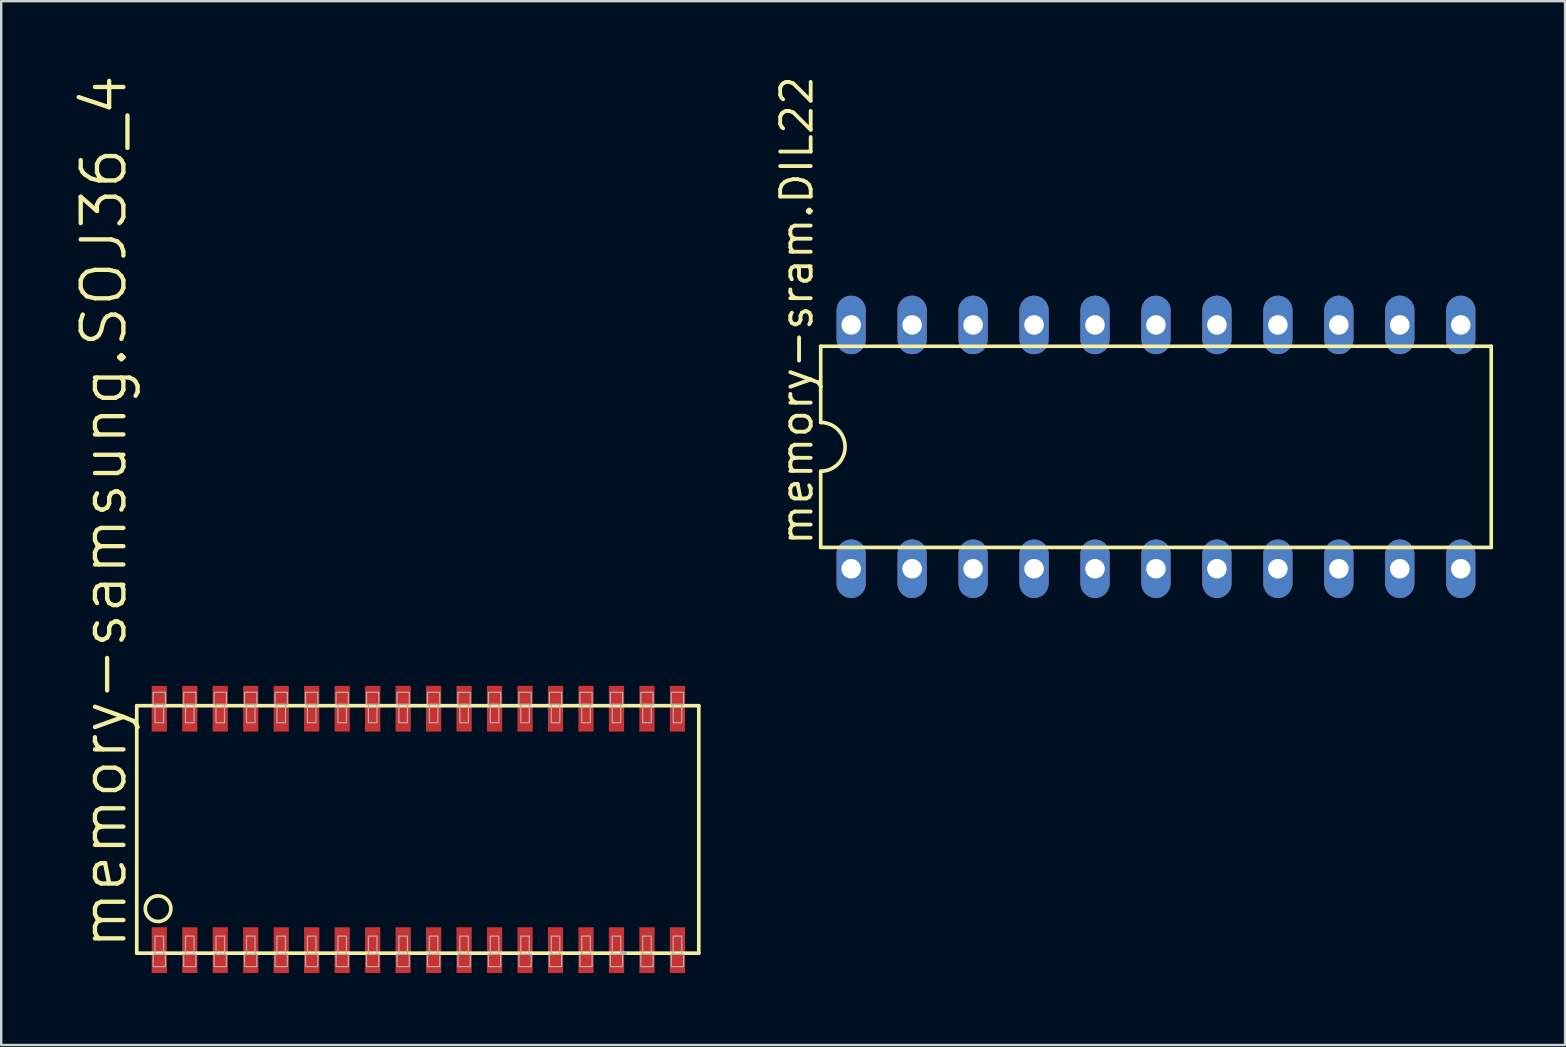
<source format=kicad_pcb>
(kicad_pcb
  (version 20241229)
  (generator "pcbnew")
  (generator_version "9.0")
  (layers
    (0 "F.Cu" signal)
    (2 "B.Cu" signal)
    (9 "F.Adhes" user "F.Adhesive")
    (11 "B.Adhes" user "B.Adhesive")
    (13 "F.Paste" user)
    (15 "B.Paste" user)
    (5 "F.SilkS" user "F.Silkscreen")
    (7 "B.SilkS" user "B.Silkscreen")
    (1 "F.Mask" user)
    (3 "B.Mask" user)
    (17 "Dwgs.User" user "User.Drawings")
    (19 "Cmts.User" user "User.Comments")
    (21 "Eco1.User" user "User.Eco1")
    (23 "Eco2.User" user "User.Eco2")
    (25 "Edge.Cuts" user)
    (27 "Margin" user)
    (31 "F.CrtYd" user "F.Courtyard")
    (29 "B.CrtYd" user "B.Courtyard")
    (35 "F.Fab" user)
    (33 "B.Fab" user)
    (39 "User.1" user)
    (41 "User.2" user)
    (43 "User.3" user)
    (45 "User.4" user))
  (footprint "memory-sram.DIL22"
    (layer "F.Cu")
    (at 45.117 15.569)
    (property "Reference" "memory-sram.DIL22" (at -14.224 4.191 90) (layer "F.SilkS") (effects (font (size 1.27 1.27) (thickness 0.16)) (justify left bottom)))
    (attr through_hole)
    (fp_line (start -13.97 -4.191) (end -13.97 -1.016) (stroke (width 0.152) (type default)) (layer "F.SilkS"))
    (fp_line (start -13.97 4.191) (end -13.97 1.016) (stroke (width 0.152) (type default)) (layer "F.SilkS"))
    (fp_line (start -13.97 4.191) (end 13.97 4.191) (stroke (width 0.152) (type default)) (layer "F.SilkS"))
    (fp_line (start 13.97 -4.191) (end -13.97 -4.191) (stroke (width 0.152) (type default)) (layer "F.SilkS"))
    (fp_line (start 13.97 -4.191) (end 13.97 4.191) (stroke (width 0.152) (type default)) (layer "F.SilkS"))
    (fp_arc (start -13.97 -1.016) (mid -12.954 0) (end -13.97 1.016) (stroke (width 0.1524) (type default)) (layer "F.SilkS"))
    (pad "1" thru_hole oval (at -12.7 5.08 90) (size 2.438 1.219) (drill 0.813) (layers "*.Cu" "*.Mask"))
    (pad "2" thru_hole oval (at -10.16 5.08 90) (size 2.438 1.219) (drill 0.813) (layers "*.Cu" "*.Mask"))
    (pad "3" thru_hole oval (at -7.62 5.08 90) (size 2.438 1.219) (drill 0.813) (layers "*.Cu" "*.Mask"))
    (pad "4" thru_hole oval (at -5.08 5.08 90) (size 2.438 1.219) (drill 0.813) (layers "*.Cu" "*.Mask"))
    (pad "5" thru_hole oval (at -2.54 5.08 90) (size 2.438 1.219) (drill 0.813) (layers "*.Cu" "*.Mask"))
    (pad "6" thru_hole oval (at 0 5.08 90) (size 2.438 1.219) (drill 0.813) (layers "*.Cu" "*.Mask"))
    (pad "7" thru_hole oval (at 2.54 5.08 90) (size 2.438 1.219) (drill 0.813) (layers "*.Cu" "*.Mask"))
    (pad "8" thru_hole oval (at 5.08 5.08 90) (size 2.438 1.219) (drill 0.813) (layers "*.Cu" "*.Mask"))
    (pad "9" thru_hole oval (at 7.62 5.08 90) (size 2.438 1.219) (drill 0.813) (layers "*.Cu" "*.Mask"))
    (pad "10" thru_hole oval (at 10.16 5.08 90) (size 2.438 1.219) (drill 0.813) (layers "*.Cu" "*.Mask"))
    (pad "11" thru_hole oval (at 12.7 5.08 90) (size 2.438 1.219) (drill 0.813) (layers "*.Cu" "*.Mask"))
    (pad "12" thru_hole oval (at 12.7 -5.08 90) (size 2.438 1.219) (drill 0.813) (layers "*.Cu" "*.Mask"))
    (pad "13" thru_hole oval (at 10.16 -5.08 90) (size 2.438 1.219) (drill 0.813) (layers "*.Cu" "*.Mask"))
    (pad "14" thru_hole oval (at 7.62 -5.08 90) (size 2.438 1.219) (drill 0.813) (layers "*.Cu" "*.Mask"))
    (pad "15" thru_hole oval (at 5.08 -5.08 90) (size 2.438 1.219) (drill 0.813) (layers "*.Cu" "*.Mask"))
    (pad "16" thru_hole oval (at 2.54 -5.08 90) (size 2.438 1.219) (drill 0.813) (layers "*.Cu" "*.Mask"))
    (pad "17" thru_hole oval (at 0 -5.08 90) (size 2.438 1.219) (drill 0.813) (layers "*.Cu" "*.Mask"))
    (pad "18" thru_hole oval (at -2.54 -5.08 90) (size 2.438 1.219) (drill 0.813) (layers "*.Cu" "*.Mask"))
    (pad "19" thru_hole oval (at -5.08 -5.08 90) (size 2.438 1.219) (drill 0.813) (layers "*.Cu" "*.Mask"))
    (pad "20" thru_hole oval (at -7.62 -5.08 90) (size 2.438 1.219) (drill 0.813) (layers "*.Cu" "*.Mask"))
    (pad "21" thru_hole oval (at -10.16 -5.08 90) (size 2.438 1.219) (drill 0.813) (layers "*.Cu" "*.Mask"))
    (pad "22" thru_hole oval (at -12.7 -5.08 90) (size 2.438 1.219) (drill 0.813) (layers "*.Cu" "*.Mask")))
  (footprint "memory-samsung.SOJ36_4"
    (layer "F.Cu")
    (at 13.748 31.511)
    (property "Reference" "memory-samsung.SOJ36_4" (at -11.43 5.08 90) (layer "F.SilkS") (effects (font (size 1.778 1.778) (thickness 0.18)) (justify left bottom)))
    (attr smd)
    (fp_line (start -11.1 -5.156) (end -11.1 5.156) (stroke (width 0.152) (type default)) (layer "F.SilkS"))
    (fp_line (start -11.1 -5.156) (end 12.319 -5.156) (stroke (width 0.152) (type default)) (layer "F.SilkS"))
    (fp_line (start -11.1 5.156) (end 12.319 5.156) (stroke (width 0.152) (type default)) (layer "F.SilkS"))
    (fp_line (start 12.319 5.156) (end 12.319 -5.156) (stroke (width 0.152) (type default)) (layer "F.SilkS"))
    (fp_circle (center -10.211 3.302) (end -9.677 3.302) (stroke (width 0.152) (type default)) (fill no) (layer "F.SilkS"))
    (fp_line (start 9.246 5.156) (end 9.169 5.156) (stroke (width 0.152) (type default)) (layer "F.Fab"))
    (fp_rect (start -10.414 -5.207) (end -9.906 -5.715) (stroke (width 0.05) (type default)) (fill no) (layer "F.Fab"))
    (fp_rect (start -10.414 5.715) (end -9.906 5.207) (stroke (width 0.05) (type default)) (fill no) (layer "F.Fab"))
    (fp_rect (start -10.338 -4.445) (end -9.982 -5.207) (stroke (width 0.05) (type default)) (fill no) (layer "F.Fab"))
    (fp_rect (start -10.338 5.207) (end -9.982 4.445) (stroke (width 0.05) (type default)) (fill no) (layer "F.Fab"))
    (fp_rect (start -9.144 -5.207) (end -8.636 -5.715) (stroke (width 0.05) (type default)) (fill no) (layer "F.Fab"))
    (fp_rect (start -9.144 5.715) (end -8.636 5.207) (stroke (width 0.05) (type default)) (fill no) (layer "F.Fab"))
    (fp_rect (start -9.068 -4.445) (end -8.712 -5.207) (stroke (width 0.05) (type default)) (fill no) (layer "F.Fab"))
    (fp_rect (start -9.068 5.207) (end -8.712 4.445) (stroke (width 0.05) (type default)) (fill no) (layer "F.Fab"))
    (fp_rect (start -7.874 -5.207) (end -7.366 -5.715) (stroke (width 0.05) (type default)) (fill no) (layer "F.Fab"))
    (fp_rect (start -7.874 5.715) (end -7.366 5.207) (stroke (width 0.05) (type default)) (fill no) (layer "F.Fab"))
    (fp_rect (start -7.798 -4.445) (end -7.442 -5.207) (stroke (width 0.05) (type default)) (fill no) (layer "F.Fab"))
    (fp_rect (start -7.798 5.207) (end -7.442 4.445) (stroke (width 0.05) (type default)) (fill no) (layer "F.Fab"))
    (fp_rect (start -6.604 -5.207) (end -6.096 -5.715) (stroke (width 0.05) (type default)) (fill no) (layer "F.Fab"))
    (fp_rect (start -6.604 5.715) (end -6.096 5.207) (stroke (width 0.05) (type default)) (fill no) (layer "F.Fab"))
    (fp_rect (start -6.528 -4.445) (end -6.172 -5.207) (stroke (width 0.05) (type default)) (fill no) (layer "F.Fab"))
    (fp_rect (start -6.528 5.207) (end -6.172 4.445) (stroke (width 0.05) (type default)) (fill no) (layer "F.Fab"))
    (fp_rect (start -5.334 -5.207) (end -4.826 -5.715) (stroke (width 0.05) (type default)) (fill no) (layer "F.Fab"))
    (fp_rect (start -5.334 5.715) (end -4.826 5.207) (stroke (width 0.05) (type default)) (fill no) (layer "F.Fab"))
    (fp_rect (start -5.258 -4.445) (end -4.902 -5.207) (stroke (width 0.05) (type default)) (fill no) (layer "F.Fab"))
    (fp_rect (start -5.258 5.207) (end -4.902 4.445) (stroke (width 0.05) (type default)) (fill no) (layer "F.Fab"))
    (fp_rect (start -4.064 -5.207) (end -3.556 -5.715) (stroke (width 0.05) (type default)) (fill no) (layer "F.Fab"))
    (fp_rect (start -4.064 5.715) (end -3.556 5.207) (stroke (width 0.05) (type default)) (fill no) (layer "F.Fab"))
    (fp_rect (start -3.988 -4.445) (end -3.632 -5.207) (stroke (width 0.05) (type default)) (fill no) (layer "F.Fab"))
    (fp_rect (start -3.988 5.207) (end -3.632 4.445) (stroke (width 0.05) (type default)) (fill no) (layer "F.Fab"))
    (fp_rect (start -2.794 -5.207) (end -2.286 -5.715) (stroke (width 0.05) (type default)) (fill no) (layer "F.Fab"))
    (fp_rect (start -2.794 5.715) (end -2.286 5.207) (stroke (width 0.05) (type default)) (fill no) (layer "F.Fab"))
    (fp_rect (start -2.718 -4.445) (end -2.362 -5.207) (stroke (width 0.05) (type default)) (fill no) (layer "F.Fab"))
    (fp_rect (start -2.718 5.207) (end -2.362 4.445) (stroke (width 0.05) (type default)) (fill no) (layer "F.Fab"))
    (fp_rect (start -1.524 -5.207) (end -1.016 -5.715) (stroke (width 0.05) (type default)) (fill no) (layer "F.Fab"))
    (fp_rect (start -1.524 5.715) (end -1.016 5.207) (stroke (width 0.05) (type default)) (fill no) (layer "F.Fab"))
    (fp_rect (start -1.448 -4.445) (end -1.092 -5.207) (stroke (width 0.05) (type default)) (fill no) (layer "F.Fab"))
    (fp_rect (start -1.448 5.207) (end -1.092 4.445) (stroke (width 0.05) (type default)) (fill no) (layer "F.Fab"))
    (fp_rect (start -0.254 -5.207) (end 0.254 -5.715) (stroke (width 0.05) (type default)) (fill no) (layer "F.Fab"))
    (fp_rect (start -0.254 5.715) (end 0.254 5.207) (stroke (width 0.05) (type default)) (fill no) (layer "F.Fab"))
    (fp_rect (start -0.178 -4.445) (end 0.178 -5.207) (stroke (width 0.05) (type default)) (fill no) (layer "F.Fab"))
    (fp_rect (start -0.178 5.207) (end 0.178 4.445) (stroke (width 0.05) (type default)) (fill no) (layer "F.Fab"))
    (fp_rect (start 1.016 -5.207) (end 1.524 -5.715) (stroke (width 0.05) (type default)) (fill no) (layer "F.Fab"))
    (fp_rect (start 1.016 5.715) (end 1.524 5.207) (stroke (width 0.05) (type default)) (fill no) (layer "F.Fab"))
    (fp_rect (start 1.092 -4.445) (end 1.448 -5.207) (stroke (width 0.05) (type default)) (fill no) (layer "F.Fab"))
    (fp_rect (start 1.092 5.207) (end 1.448 4.445) (stroke (width 0.05) (type default)) (fill no) (layer "F.Fab"))
    (fp_rect (start 2.286 -5.207) (end 2.794 -5.715) (stroke (width 0.05) (type default)) (fill no) (layer "F.Fab"))
    (fp_rect (start 2.286 5.715) (end 2.794 5.207) (stroke (width 0.05) (type default)) (fill no) (layer "F.Fab"))
    (fp_rect (start 2.362 -4.445) (end 2.718 -5.207) (stroke (width 0.05) (type default)) (fill no) (layer "F.Fab"))
    (fp_rect (start 2.362 5.207) (end 2.718 4.445) (stroke (width 0.05) (type default)) (fill no) (layer "F.Fab"))
    (fp_rect (start 3.556 -5.207) (end 4.064 -5.715) (stroke (width 0.05) (type default)) (fill no) (layer "F.Fab"))
    (fp_rect (start 3.556 5.715) (end 4.064 5.207) (stroke (width 0.05) (type default)) (fill no) (layer "F.Fab"))
    (fp_rect (start 3.632 -4.445) (end 3.988 -5.207) (stroke (width 0.05) (type default)) (fill no) (layer "F.Fab"))
    (fp_rect (start 3.632 5.207) (end 3.988 4.445) (stroke (width 0.05) (type default)) (fill no) (layer "F.Fab"))
    (fp_rect (start 4.826 -5.207) (end 5.334 -5.715) (stroke (width 0.05) (type default)) (fill no) (layer "F.Fab"))
    (fp_rect (start 4.826 5.715) (end 5.334 5.207) (stroke (width 0.05) (type default)) (fill no) (layer "F.Fab"))
    (fp_rect (start 4.902 -4.445) (end 5.258 -5.207) (stroke (width 0.05) (type default)) (fill no) (layer "F.Fab"))
    (fp_rect (start 4.902 5.207) (end 5.258 4.445) (stroke (width 0.05) (type default)) (fill no) (layer "F.Fab"))
    (fp_rect (start 6.096 -5.207) (end 6.604 -5.715) (stroke (width 0.05) (type default)) (fill no) (layer "F.Fab"))
    (fp_rect (start 6.096 5.715) (end 6.604 5.207) (stroke (width 0.05) (type default)) (fill no) (layer "F.Fab"))
    (fp_rect (start 6.172 -4.445) (end 6.528 -5.207) (stroke (width 0.05) (type default)) (fill no) (layer "F.Fab"))
    (fp_rect (start 6.172 5.207) (end 6.528 4.445) (stroke (width 0.05) (type default)) (fill no) (layer "F.Fab"))
    (fp_rect (start 7.366 -5.207) (end 7.874 -5.715) (stroke (width 0.05) (type default)) (fill no) (layer "F.Fab"))
    (fp_rect (start 7.366 5.715) (end 7.874 5.207) (stroke (width 0.05) (type default)) (fill no) (layer "F.Fab"))
    (fp_rect (start 7.442 -4.445) (end 7.798 -5.207) (stroke (width 0.05) (type default)) (fill no) (layer "F.Fab"))
    (fp_rect (start 7.442 5.207) (end 7.798 4.445) (stroke (width 0.05) (type default)) (fill no) (layer "F.Fab"))
    (fp_rect (start 8.636 -5.207) (end 9.144 -5.715) (stroke (width 0.05) (type default)) (fill no) (layer "F.Fab"))
    (fp_rect (start 8.636 5.715) (end 9.144 5.207) (stroke (width 0.05) (type default)) (fill no) (layer "F.Fab"))
    (fp_rect (start 8.712 -4.445) (end 9.068 -5.207) (stroke (width 0.05) (type default)) (fill no) (layer "F.Fab"))
    (fp_rect (start 8.712 5.207) (end 9.068 4.445) (stroke (width 0.05) (type default)) (fill no) (layer "F.Fab"))
    (fp_rect (start 9.906 -5.207) (end 10.414 -5.715) (stroke (width 0.05) (type default)) (fill no) (layer "F.Fab"))
    (fp_rect (start 9.906 5.715) (end 10.414 5.207) (stroke (width 0.05) (type default)) (fill no) (layer "F.Fab"))
    (fp_rect (start 9.982 -4.445) (end 10.338 -5.207) (stroke (width 0.05) (type default)) (fill no) (layer "F.Fab"))
    (fp_rect (start 9.982 5.207) (end 10.338 4.445) (stroke (width 0.05) (type default)) (fill no) (layer "F.Fab"))
    (fp_rect (start 11.176 -5.207) (end 11.684 -5.715) (stroke (width 0.05) (type default)) (fill no) (layer "F.Fab"))
    (fp_rect (start 11.176 5.715) (end 11.684 5.207) (stroke (width 0.05) (type default)) (fill no) (layer "F.Fab"))
    (fp_rect (start 11.252 -4.445) (end 11.608 -5.207) (stroke (width 0.05) (type default)) (fill no) (layer "F.Fab"))
    (fp_rect (start 11.252 5.207) (end 11.608 4.445) (stroke (width 0.05) (type default)) (fill no) (layer "F.Fab"))
    (pad "1" smd roundrect (at -10.16 5.029) (size 0.635 1.905) (layers "F.Cu" "F.Mask" "F.Paste") (roundrect_rratio 0.01))
    (pad "2" smd roundrect (at -8.89 5.029) (size 0.635 1.905) (layers "F.Cu" "F.Mask" "F.Paste") (roundrect_rratio 0.01))
    (pad "3" smd roundrect (at -7.62 5.029) (size 0.635 1.905) (layers "F.Cu" "F.Mask" "F.Paste") (roundrect_rratio 0.01))
    (pad "4" smd roundrect (at -6.35 5.029) (size 0.635 1.905) (layers "F.Cu" "F.Mask" "F.Paste") (roundrect_rratio 0.01))
    (pad "5" smd roundrect (at -5.08 5.029) (size 0.635 1.905) (layers "F.Cu" "F.Mask" "F.Paste") (roundrect_rratio 0.01))
    (pad "6" smd roundrect (at -3.81 5.029) (size 0.635 1.905) (layers "F.Cu" "F.Mask" "F.Paste") (roundrect_rratio 0.01))
    (pad "7" smd roundrect (at -2.54 5.029) (size 0.635 1.905) (layers "F.Cu" "F.Mask" "F.Paste") (roundrect_rratio 0.01))
    (pad "8" smd roundrect (at -1.27 5.029) (size 0.635 1.905) (layers "F.Cu" "F.Mask" "F.Paste") (roundrect_rratio 0.01))
    (pad "9" smd roundrect (at 0 5.029) (size 0.635 1.905) (layers "F.Cu" "F.Mask" "F.Paste") (roundrect_rratio 0.01))
    (pad "10" smd roundrect (at 1.27 5.029) (size 0.635 1.905) (layers "F.Cu" "F.Mask" "F.Paste") (roundrect_rratio 0.01))
    (pad "11" smd roundrect (at 2.54 5.029) (size 0.635 1.905) (layers "F.Cu" "F.Mask" "F.Paste") (roundrect_rratio 0.01))
    (pad "12" smd roundrect (at 3.81 5.029) (size 0.635 1.905) (layers "F.Cu" "F.Mask" "F.Paste") (roundrect_rratio 0.01))
    (pad "13" smd roundrect (at 5.08 5.029) (size 0.635 1.905) (layers "F.Cu" "F.Mask" "F.Paste") (roundrect_rratio 0.01))
    (pad "14" smd roundrect (at 6.35 5.029) (size 0.635 1.905) (layers "F.Cu" "F.Mask" "F.Paste") (roundrect_rratio 0.01))
    (pad "15" smd roundrect (at 7.62 5.029) (size 0.635 1.905) (layers "F.Cu" "F.Mask" "F.Paste") (roundrect_rratio 0.01))
    (pad "16" smd roundrect (at 8.89 5.029) (size 0.635 1.905) (layers "F.Cu" "F.Mask" "F.Paste") (roundrect_rratio 0.01))
    (pad "17" smd roundrect (at 10.16 5.029) (size 0.635 1.905) (layers "F.Cu" "F.Mask" "F.Paste") (roundrect_rratio 0.01))
    (pad "18" smd roundrect (at 11.43 5.029) (size 0.635 1.905) (layers "F.Cu" "F.Mask" "F.Paste") (roundrect_rratio 0.01))
    (pad "19" smd roundrect (at 11.43 -5.029) (size 0.635 1.905) (layers "F.Cu" "F.Mask" "F.Paste") (roundrect_rratio 0.01))
    (pad "20" smd roundrect (at 10.16 -5.029) (size 0.635 1.905) (layers "F.Cu" "F.Mask" "F.Paste") (roundrect_rratio 0.01))
    (pad "21" smd roundrect (at 8.89 -5.029) (size 0.635 1.905) (layers "F.Cu" "F.Mask" "F.Paste") (roundrect_rratio 0.01))
    (pad "22" smd roundrect (at 7.62 -5.029) (size 0.635 1.905) (layers "F.Cu" "F.Mask" "F.Paste") (roundrect_rratio 0.01))
    (pad "23" smd roundrect (at 6.35 -5.029) (size 0.635 1.905) (layers "F.Cu" "F.Mask" "F.Paste") (roundrect_rratio 0.01))
    (pad "24" smd roundrect (at 5.08 -5.029) (size 0.635 1.905) (layers "F.Cu" "F.Mask" "F.Paste") (roundrect_rratio 0.01))
    (pad "25" smd roundrect (at 3.81 -5.029) (size 0.635 1.905) (layers "F.Cu" "F.Mask" "F.Paste") (roundrect_rratio 0.01))
    (pad "26" smd roundrect (at 2.54 -5.029) (size 0.635 1.905) (layers "F.Cu" "F.Mask" "F.Paste") (roundrect_rratio 0.01))
    (pad "27" smd roundrect (at 1.27 -5.029) (size 0.635 1.905) (layers "F.Cu" "F.Mask" "F.Paste") (roundrect_rratio 0.01))
    (pad "28" smd roundrect (at 0 -5.029) (size 0.635 1.905) (layers "F.Cu" "F.Mask" "F.Paste") (roundrect_rratio 0.01))
    (pad "29" smd roundrect (at -1.27 -5.029) (size 0.635 1.905) (layers "F.Cu" "F.Mask" "F.Paste") (roundrect_rratio 0.01))
    (pad "30" smd roundrect (at -2.54 -5.029) (size 0.635 1.905) (layers "F.Cu" "F.Mask" "F.Paste") (roundrect_rratio 0.01))
    (pad "31" smd roundrect (at -3.81 -5.029) (size 0.635 1.905) (layers "F.Cu" "F.Mask" "F.Paste") (roundrect_rratio 0.01))
    (pad "32" smd roundrect (at -5.08 -5.029) (size 0.635 1.905) (layers "F.Cu" "F.Mask" "F.Paste") (roundrect_rratio 0.01))
    (pad "33" smd roundrect (at -6.35 -5.029) (size 0.635 1.905) (layers "F.Cu" "F.Mask" "F.Paste") (roundrect_rratio 0.01))
    (pad "34" smd roundrect (at -7.62 -5.029) (size 0.635 1.905) (layers "F.Cu" "F.Mask" "F.Paste") (roundrect_rratio 0.01))
    (pad "35" smd roundrect (at -8.89 -5.029) (size 0.635 1.905) (layers "F.Cu" "F.Mask" "F.Paste") (roundrect_rratio 0.01))
    (pad "36" smd roundrect (at -10.16 -5.029) (size 0.635 1.905) (layers "F.Cu" "F.Mask" "F.Paste") (roundrect_rratio 0.01)))
  (gr_rect
    (start -3 -3)
    (end 62.163 40.493)
    (stroke (width 0.1) (type default))
    (fill no)
    (layer "Edge.Cuts")))
</source>
